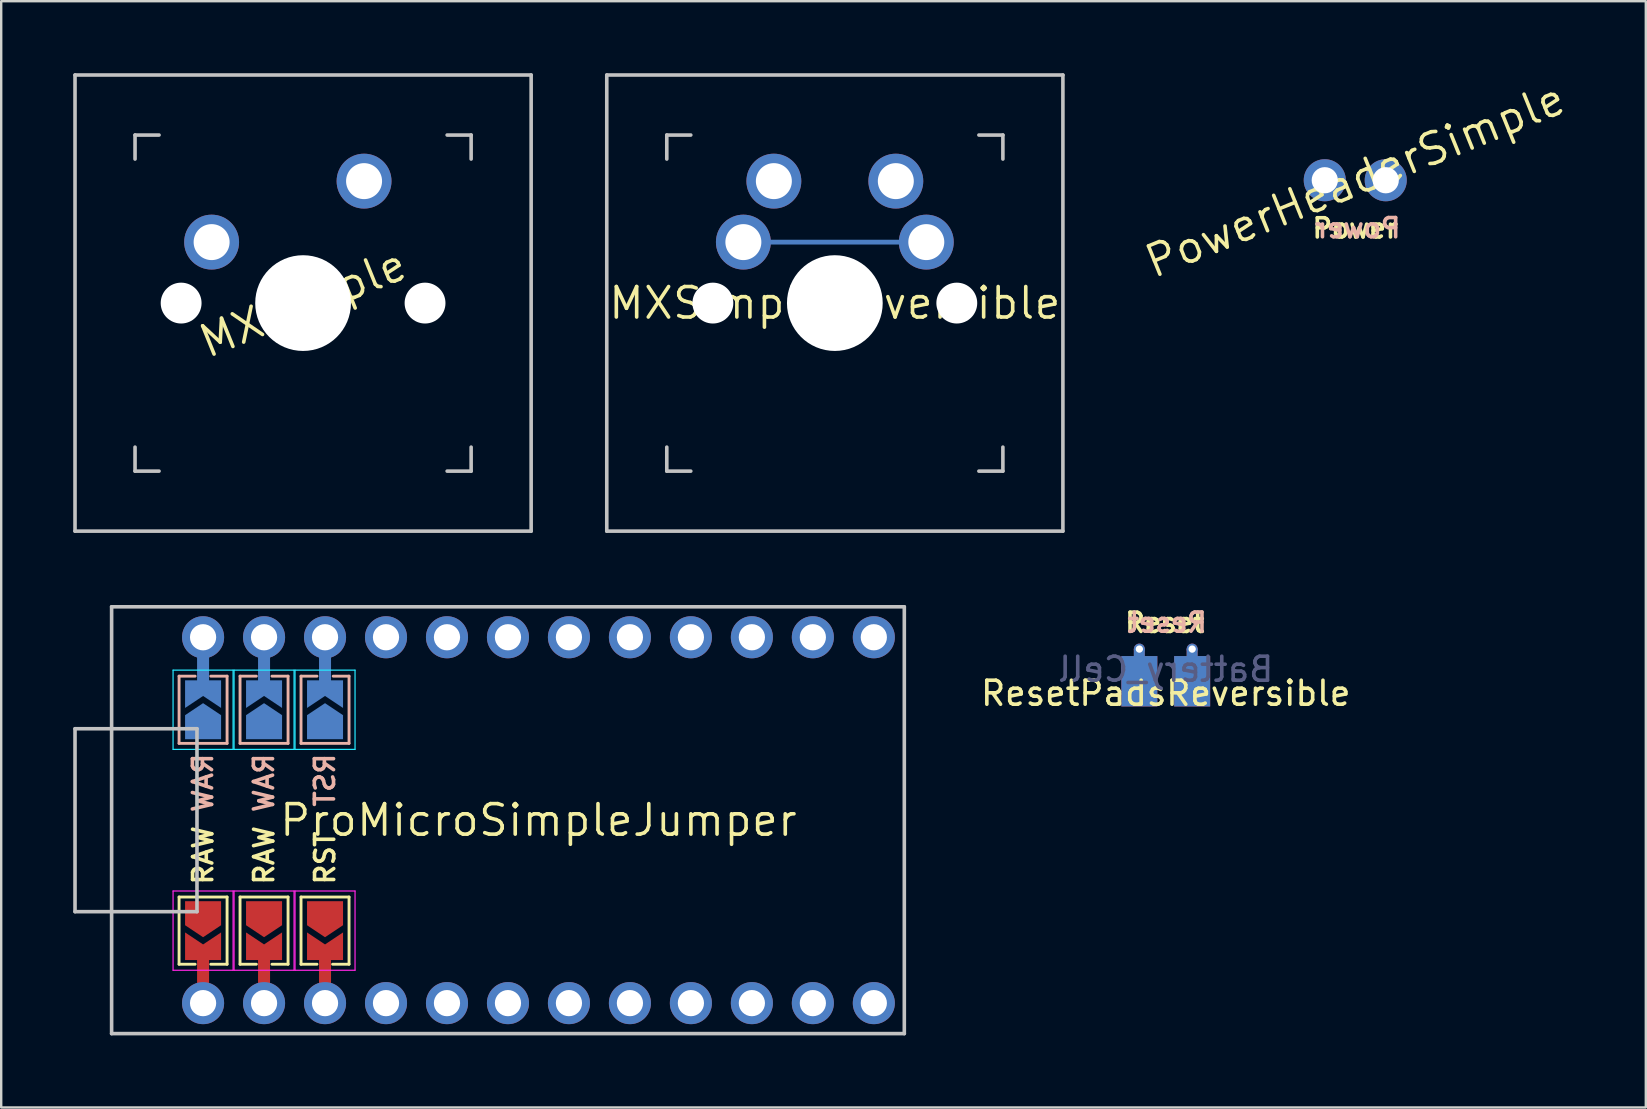
<source format=kicad_pcb>
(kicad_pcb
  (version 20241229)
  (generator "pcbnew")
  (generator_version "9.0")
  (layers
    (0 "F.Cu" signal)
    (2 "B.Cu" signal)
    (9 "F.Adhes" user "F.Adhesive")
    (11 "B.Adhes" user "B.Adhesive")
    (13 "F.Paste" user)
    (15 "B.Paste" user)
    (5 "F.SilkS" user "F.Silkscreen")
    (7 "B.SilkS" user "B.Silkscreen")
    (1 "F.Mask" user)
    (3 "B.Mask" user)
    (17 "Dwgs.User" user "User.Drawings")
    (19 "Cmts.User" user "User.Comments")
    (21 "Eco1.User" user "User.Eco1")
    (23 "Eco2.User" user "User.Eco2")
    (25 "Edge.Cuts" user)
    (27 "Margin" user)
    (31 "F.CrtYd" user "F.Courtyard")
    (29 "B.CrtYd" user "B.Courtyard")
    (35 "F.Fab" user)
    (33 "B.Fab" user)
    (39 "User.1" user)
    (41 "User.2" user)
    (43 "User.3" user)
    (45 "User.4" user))
  (footprint "MXSimple"
    (layer "F.Cu")
    (at 9.575 9.575)
    (property "Reference" "MXSimple" (at 0 0 22) (layer "F.SilkS") (effects (font (size 1.27 1.27) (thickness 0.15))))
    (attr through_hole)
    (fp_line (start -9.5 -9.5) (end 9.5 -9.5) (stroke (width 0.15) (type solid)) (layer "Dwgs.User"))
    (fp_line (start -9.5 9.5) (end -9.5 -9.5) (stroke (width 0.15) (type solid)) (layer "Dwgs.User"))
    (fp_line (start -7 -6) (end -7 -7) (stroke (width 0.15) (type solid)) (layer "Dwgs.User"))
    (fp_line (start -7 7) (end -7 6) (stroke (width 0.15) (type solid)) (layer "Dwgs.User"))
    (fp_line (start -7 7) (end -6 7) (stroke (width 0.15) (type solid)) (layer "Dwgs.User"))
    (fp_line (start -6 -7) (end -7 -7) (stroke (width 0.15) (type solid)) (layer "Dwgs.User"))
    (fp_line (start 6 7) (end 7 7) (stroke (width 0.15) (type solid)) (layer "Dwgs.User"))
    (fp_line (start 7 -7) (end 6 -7) (stroke (width 0.15) (type solid)) (layer "Dwgs.User"))
    (fp_line (start 7 -7) (end 7 -6) (stroke (width 0.15) (type solid)) (layer "Dwgs.User"))
    (fp_line (start 7 6) (end 7 7) (stroke (width 0.15) (type solid)) (layer "Dwgs.User"))
    (fp_line (start 9.5 -9.5) (end 9.5 9.5) (stroke (width 0.15) (type solid)) (layer "Dwgs.User"))
    (fp_line (start 9.5 9.5) (end -9.5 9.5) (stroke (width 0.15) (type solid)) (layer "Dwgs.User"))
    (pad "" np_thru_hole circle (at -5.08 0 22) (size 1.702 1.702) (drill 1.702) (layers "*.Cu" "*.Mask"))
    (pad "" np_thru_hole circle (at 0 0 22) (size 3.988 3.988) (drill 3.988) (layers "*.Cu" "*.Mask"))
    (pad "" np_thru_hole circle (at 5.08 0 22) (size 1.702 1.702) (drill 1.702) (layers "*.Cu" "*.Mask"))
    (pad "1" thru_hole circle (at 2.54 -5.08 22) (size 2.286 2.286) (drill 1.499) (layers "*.Cu" "*.Mask"))
    (pad "2" thru_hole circle (at -3.81 -2.54 22) (size 2.286 2.286) (drill 1.499) (layers "*.Cu" "*.Mask")))
  (footprint "MXSimpleReversible"
    (layer "F.Cu")
    (at 31.725 9.575)
    (property "Reference" "MXSimpleReversible" (at 0 0 180) (layer "F.SilkS") (effects (font (size 1.27 1.27) (thickness 0.15))))
    (attr through_hole)
    (fp_line (start -9.5 -9.5) (end 9.5 -9.5) (stroke (width 0.15) (type solid)) (layer "Dwgs.User"))
    (fp_line (start -9.5 9.5) (end -9.5 -9.5) (stroke (width 0.15) (type solid)) (layer "Dwgs.User"))
    (fp_line (start -7 -6) (end -7 -7) (stroke (width 0.15) (type solid)) (layer "Dwgs.User"))
    (fp_line (start -7 7) (end -7 6) (stroke (width 0.15) (type solid)) (layer "Dwgs.User"))
    (fp_line (start -7 7) (end -6 7) (stroke (width 0.15) (type solid)) (layer "Dwgs.User"))
    (fp_line (start -6 -7) (end -7 -7) (stroke (width 0.15) (type solid)) (layer "Dwgs.User"))
    (fp_line (start 6 7) (end 7 7) (stroke (width 0.15) (type solid)) (layer "Dwgs.User"))
    (fp_line (start 7 -7) (end 6 -7) (stroke (width 0.15) (type solid)) (layer "Dwgs.User"))
    (fp_line (start 7 -7) (end 7 -6) (stroke (width 0.15) (type solid)) (layer "Dwgs.User"))
    (fp_line (start 7 6) (end 7 7) (stroke (width 0.15) (type solid)) (layer "Dwgs.User"))
    (fp_line (start 9.5 -9.5) (end 9.5 9.5) (stroke (width 0.15) (type solid)) (layer "Dwgs.User"))
    (fp_line (start 9.5 9.5) (end -9.5 9.5) (stroke (width 0.15) (type solid)) (layer "Dwgs.User"))
    (pad "" np_thru_hole circle (at -5.08 0 180) (size 1.702 1.702) (drill 1.702) (layers "*.Cu" "*.Mask"))
    (pad "" np_thru_hole circle (at 0 0 180) (size 3.988 3.988) (drill 3.988) (layers "*.Cu" "*.Mask"))
    (pad "" np_thru_hole circle (at 5.08 0 180) (size 1.702 1.702) (drill 1.702) (layers "*.Cu" "*.Mask"))
    (pad "1" thru_hole circle (at -2.54 -5.08 180) (size 2.286 2.286) (drill 1.499) (layers "*.Cu" "*.Mask"))
    (pad "1" thru_hole circle (at 2.54 -5.08 180) (size 2.286 2.286) (drill 1.499) (layers "*.Cu" "*.Mask"))
    (pad "2" smd custom (at -3.81 -2.54 180) (size 0.1 0.1) (layers "B.Cu") (options (anchor circle)) (primitives (gr_line (start 0 0) (end -7.62 0) (width 0.2))))
    (pad "2" thru_hole circle (at -3.81 -2.54 180) (size 2.286 2.286) (drill 1.499) (layers "*.Cu" "*.Mask"))
    (pad "2" thru_hole circle (at 3.81 -2.54 180) (size 2.286 2.286) (drill 1.499) (layers "*.Cu" "*.Mask")))
  (footprint "PowerHeaderSimple"
    (layer "F.Cu")
    (at 53.403 4.458)
    (property "Reference" "PowerHeaderSimple" (at 0 0 202) (layer "F.SilkS") (effects (font (size 1.27 1.27) (thickness 0.15))))
    (attr through_hole)
    (fp_text user "Power" (at 0 2 180) (layer "F.SilkS") (effects (font (size 0.8 0.8) (thickness 0.15))))
    (fp_text user "Power" (at 0.101 1.992 180) (layer "B.SilkS") (effects (font (size 0.8 0.8) (thickness 0.15)) (justify mirror)))
    (pad "1" thru_hole circle (at -1.27 0) (size 1.753 1.753) (drill 1.092) (layers "*.Cu" "*.Mask"))
    (pad "2" thru_hole circle (at 1.27 0) (size 1.753 1.753) (drill 1.092) (layers "*.Cu" "*.Mask")))
  (footprint "ResetPadsReversible"
    (layer "F.Cu")
    (at 45.509 25.329)
    (property "Reference" "ResetPadsReversible" (at 0 0.5 0) (layer "F.SilkS") (effects (font (size 1 1) (thickness 0.15))))
    (fp_poly (pts (xy -0.401 -1) (xy -0.401 1) (xy -1.801 1) (xy -1.801 -1)) (stroke (width 0.1) (type solid)) (fill yes) (layer "F.Mask"))
    (fp_poly (pts (xy 1.8 -1) (xy 1.8 1) (xy 0.4 1) (xy 0.4 -1)) (stroke (width 0.1) (type solid)) (fill yes) (layer "F.Mask"))
    (fp_poly (pts (xy -1.8 -1) (xy -1.8 1) (xy -0.4 1) (xy -0.4 -1)) (stroke (width 0.1) (type solid)) (fill yes) (layer "B.Mask"))
    (fp_poly (pts (xy 0.4 -1) (xy 0.4 1) (xy 1.8 1) (xy 1.8 -1)) (stroke (width 0.1) (type solid)) (fill yes) (layer "B.Mask"))
    (fp_text user "Reset" (at -0.04 -2.44 180) (layer "F.SilkS") (effects (font (size 0.8 0.8) (thickness 0.15))))
    (fp_text user "Reset" (at 0.061 -2.448 180) (layer "B.SilkS") (effects (font (size 0.8 0.8) (thickness 0.15)) (justify mirror)))
    (fp_text user "Battery_Cell" (at 0 -0.5 0) (layer "B.Fab") (effects (font (size 1 1) (thickness 0.15)) (justify mirror)))
    (pad "1" thru_hole circle (at -1.1 -1.342) (size 0.457 0.457) (drill 0.305) (layers "*.Cu"))
    (pad "1" smd custom (at -1.1 0 180) (size 1.5 2.1) (layers "F.Cu") (options (anchor rect)) (primitives (gr_poly (pts (xy 0.179 1.335) (xy -0.177 1.335) (xy -0.177 0.762) (xy 0.179 0.762)) (width 0.1) (fill yes))))
    (pad "1" smd custom (at -1.1 0) (size 1.5 2.1) (layers "B.Cu") (options (anchor rect)) (primitives (gr_poly (pts (xy 0.177 -0.762) (xy -0.179 -0.762) (xy -0.179 -1.335) (xy 0.177 -1.335)) (width 0.1) (fill yes))))
    (pad "2" thru_hole circle (at 1.1 -1.342) (size 0.457 0.457) (drill 0.305) (layers "*.Cu"))
    (pad "2" smd custom (at 1.1 0 180) (size 1.5 2.1) (layers "F.Cu") (options (anchor rect)) (primitives (gr_poly (pts (xy 0.179 1.335) (xy -0.177 1.335) (xy -0.177 0.762) (xy 0.179 0.762)) (width 0.1) (fill yes))))
    (pad "2" smd custom (at 1.1 0) (size 1.5 2.1) (layers "B.Cu") (options (anchor rect)) (primitives (gr_poly (pts (xy 0.177 -0.762) (xy -0.179 -0.762) (xy -0.179 -1.335) (xy 0.177 -1.335)) (width 0.1) (fill yes)))))
  (footprint "ProMicroSimpleJumper"
    (layer "F.Cu")
    (at 19.379 31.115)
    (property "Reference" "ProMicroSimpleJumper" (at 0 0 0) (layer "F.SilkS") (effects (font (size 1.27 1.27) (thickness 0.15))))
    (attr through_hole)
    (fp_line (start -14.97 3.2) (end -12.97 3.2) (stroke (width 0.12) (type solid)) (layer "F.SilkS"))
    (fp_line (start -14.97 6) (end -14.97 3.2) (stroke (width 0.12) (type solid)) (layer "F.SilkS"))
    (fp_line (start -14.3 6) (end -14.97 6) (stroke (width 0.12) (type solid)) (layer "F.SilkS"))
    (fp_line (start -12.97 3.2) (end -12.97 6) (stroke (width 0.12) (type solid)) (layer "F.SilkS"))
    (fp_line (start -12.97 6) (end -13.65 6) (stroke (width 0.12) (type solid)) (layer "F.SilkS"))
    (fp_line (start -12.43 3.2) (end -10.43 3.2) (stroke (width 0.12) (type solid)) (layer "F.SilkS"))
    (fp_line (start -12.43 6) (end -12.43 3.2) (stroke (width 0.12) (type solid)) (layer "F.SilkS"))
    (fp_line (start -11.75 6) (end -12.43 6) (stroke (width 0.12) (type solid)) (layer "F.SilkS"))
    (fp_line (start -10.43 3.2) (end -10.43 6) (stroke (width 0.12) (type solid)) (layer "F.SilkS"))
    (fp_line (start -10.43 6) (end -11.1 6) (stroke (width 0.12) (type solid)) (layer "F.SilkS"))
    (fp_line (start -9.89 3.2) (end -7.89 3.2) (stroke (width 0.12) (type solid)) (layer "F.SilkS"))
    (fp_line (start -9.89 6) (end -9.89 3.2) (stroke (width 0.12) (type solid)) (layer "F.SilkS"))
    (fp_line (start -9.225 6) (end -9.89 6) (stroke (width 0.12) (type solid)) (layer "F.SilkS"))
    (fp_line (start -7.89 3.2) (end -7.89 6) (stroke (width 0.12) (type solid)) (layer "F.SilkS"))
    (fp_line (start -7.89 6) (end -8.575 6) (stroke (width 0.12) (type solid)) (layer "F.SilkS"))
    (fp_line (start -14.97 -6) (end -14.97 -3.2) (stroke (width 0.12) (type solid)) (layer "B.SilkS"))
    (fp_line (start -14.97 -3.2) (end -12.97 -3.2) (stroke (width 0.12) (type solid)) (layer "B.SilkS"))
    (fp_line (start -14.3 -6) (end -14.97 -6) (stroke (width 0.12) (type solid)) (layer "B.SilkS"))
    (fp_line (start -12.97 -6) (end -13.65 -6) (stroke (width 0.12) (type solid)) (layer "B.SilkS"))
    (fp_line (start -12.97 -3.2) (end -12.97 -6) (stroke (width 0.12) (type solid)) (layer "B.SilkS"))
    (fp_line (start -12.43 -6) (end -12.43 -3.2) (stroke (width 0.12) (type solid)) (layer "B.SilkS"))
    (fp_line (start -12.43 -3.2) (end -10.43 -3.2) (stroke (width 0.12) (type solid)) (layer "B.SilkS"))
    (fp_line (start -11.75 -6) (end -12.43 -6) (stroke (width 0.12) (type solid)) (layer "B.SilkS"))
    (fp_line (start -10.43 -6) (end -11.1 -6) (stroke (width 0.12) (type solid)) (layer "B.SilkS"))
    (fp_line (start -10.43 -3.2) (end -10.43 -6) (stroke (width 0.12) (type solid)) (layer "B.SilkS"))
    (fp_line (start -9.89 -6) (end -9.89 -3.2) (stroke (width 0.12) (type solid)) (layer "B.SilkS"))
    (fp_line (start -9.89 -3.2) (end -7.89 -3.2) (stroke (width 0.12) (type solid)) (layer "B.SilkS"))
    (fp_line (start -9.225 -6) (end -9.89 -6) (stroke (width 0.12) (type solid)) (layer "B.SilkS"))
    (fp_line (start -7.89 -6) (end -8.55 -6) (stroke (width 0.12) (type solid)) (layer "B.SilkS"))
    (fp_line (start -7.89 -3.2) (end -7.89 -6) (stroke (width 0.12) (type solid)) (layer "B.SilkS"))
    (fp_line (start -19.304 -3.81) (end -14.224 -3.81) (stroke (width 0.15) (type solid)) (layer "Dwgs.User"))
    (fp_line (start -19.304 3.81) (end -19.304 -3.81) (stroke (width 0.15) (type solid)) (layer "Dwgs.User"))
    (fp_line (start -17.78 -8.89) (end -17.78 8.89) (stroke (width 0.15) (type solid)) (layer "Dwgs.User"))
    (fp_line (start -17.78 8.89) (end 15.24 8.89) (stroke (width 0.15) (type solid)) (layer "Dwgs.User"))
    (fp_line (start -14.224 -3.81) (end -14.224 3.81) (stroke (width 0.15) (type solid)) (layer "Dwgs.User"))
    (fp_line (start -14.224 3.81) (end -19.304 3.81) (stroke (width 0.15) (type solid)) (layer "Dwgs.User"))
    (fp_line (start 15.24 -8.89) (end -17.78 -8.89) (stroke (width 0.15) (type solid)) (layer "Dwgs.User"))
    (fp_line (start 15.24 8.89) (end 15.24 -8.89) (stroke (width 0.15) (type solid)) (layer "Dwgs.User"))
    (fp_line (start -15.22 -6.25) (end -15.22 -2.95) (stroke (width 0.05) (type solid)) (layer "B.CrtYd"))
    (fp_line (start -15.22 -6.25) (end -12.72 -6.25) (stroke (width 0.05) (type solid)) (layer "B.CrtYd"))
    (fp_line (start -12.72 -2.95) (end -15.22 -2.95) (stroke (width 0.05) (type solid)) (layer "B.CrtYd"))
    (fp_line (start -12.72 -2.95) (end -12.72 -6.25) (stroke (width 0.05) (type solid)) (layer "B.CrtYd"))
    (fp_line (start -12.68 -6.25) (end -12.68 -2.95) (stroke (width 0.05) (type solid)) (layer "B.CrtYd"))
    (fp_line (start -12.68 -6.25) (end -10.18 -6.25) (stroke (width 0.05) (type solid)) (layer "B.CrtYd"))
    (fp_line (start -10.18 -2.95) (end -12.68 -2.95) (stroke (width 0.05) (type solid)) (layer "B.CrtYd"))
    (fp_line (start -10.18 -2.95) (end -10.18 -6.25) (stroke (width 0.05) (type solid)) (layer "B.CrtYd"))
    (fp_line (start -10.14 -6.25) (end -10.14 -2.95) (stroke (width 0.05) (type solid)) (layer "B.CrtYd"))
    (fp_line (start -10.14 -6.25) (end -7.64 -6.25) (stroke (width 0.05) (type solid)) (layer "B.CrtYd"))
    (fp_line (start -7.64 -2.95) (end -10.14 -2.95) (stroke (width 0.05) (type solid)) (layer "B.CrtYd"))
    (fp_line (start -7.64 -2.95) (end -7.64 -6.25) (stroke (width 0.05) (type solid)) (layer "B.CrtYd"))
    (fp_line (start -15.22 6.25) (end -15.22 2.95) (stroke (width 0.05) (type solid)) (layer "F.CrtYd"))
    (fp_line (start -15.22 6.25) (end -12.72 6.25) (stroke (width 0.05) (type solid)) (layer "F.CrtYd"))
    (fp_line (start -12.72 2.95) (end -15.22 2.95) (stroke (width 0.05) (type solid)) (layer "F.CrtYd"))
    (fp_line (start -12.72 2.95) (end -12.72 6.25) (stroke (width 0.05) (type solid)) (layer "F.CrtYd"))
    (fp_line (start -12.68 6.25) (end -12.68 2.95) (stroke (width 0.05) (type solid)) (layer "F.CrtYd"))
    (fp_line (start -12.68 6.25) (end -10.18 6.25) (stroke (width 0.05) (type solid)) (layer "F.CrtYd"))
    (fp_line (start -10.18 2.95) (end -12.68 2.95) (stroke (width 0.05) (type solid)) (layer "F.CrtYd"))
    (fp_line (start -10.18 2.95) (end -10.18 6.25) (stroke (width 0.05) (type solid)) (layer "F.CrtYd"))
    (fp_line (start -10.14 6.25) (end -10.14 2.95) (stroke (width 0.05) (type solid)) (layer "F.CrtYd"))
    (fp_line (start -10.14 6.25) (end -7.64 6.25) (stroke (width 0.05) (type solid)) (layer "F.CrtYd"))
    (fp_line (start -7.64 2.95) (end -10.14 2.95) (stroke (width 0.05) (type solid)) (layer "F.CrtYd"))
    (fp_line (start -7.64 2.95) (end -7.64 6.25) (stroke (width 0.05) (type solid)) (layer "F.CrtYd"))
    (fp_text user "RAW" (at -11.43 1.461 90) (unlocked yes) (layer "F.SilkS") (effects (font (size 0.8 0.8) (thickness 0.15))))
    (fp_text user "RST" (at -8.89 1.575 90) (unlocked yes) (layer "F.SilkS") (effects (font (size 0.8 0.8) (thickness 0.15))))
    (fp_text user "RAW" (at -13.97 1.461 90) (unlocked yes) (layer "F.SilkS") (effects (font (size 0.8 0.8) (thickness 0.15))))
    (fp_text user "RAW" (at -11.438 -1.553 90) (unlocked yes) (layer "B.SilkS") (effects (font (size 0.8 0.8) (thickness 0.15)) (justify mirror)))
    (fp_text user "RAW" (at -13.978 -1.553 90) (unlocked yes) (layer "B.SilkS") (effects (font (size 0.8 0.8) (thickness 0.15)) (justify mirror)))
    (fp_text user "RST" (at -8.898 -1.668 90) (unlocked yes) (layer "B.SilkS") (effects (font (size 0.8 0.8) (thickness 0.15)) (justify mirror)))
    (pad "" thru_hole circle (at -13.97 -7.62) (size 1.753 1.753) (drill 1.092) (layers "*.Cu" "*.Mask"))
    (pad "" smd rect (at -13.97 -6.275) (size 0.5 1.524) (layers "B.Cu" "B.Mask"))
    (pad "" smd custom (at -13.97 -5.325 270) (size 0.3 0.3) (layers "B.Cu" "B.Mask") (options (anchor rect)) (primitives (gr_poly (pts (xy 0.15 0) (xy 0.65 0.75) (xy -0.5 0.75) (xy -0.5 -0.75) (xy 0.65 -0.75)) (width 0) (fill yes))))
    (pad "" smd custom (at -13.97 5.325 270) (size 0.3 0.3) (layers "F.Cu" "F.Mask") (options (anchor rect)) (primitives (gr_poly (pts (xy 0.5 0.75) (xy -0.65 0.75) (xy -0.15 0) (xy -0.65 -0.75) (xy 0.5 -0.75)) (width 0) (fill yes))))
    (pad "" smd rect (at -13.97 6.25) (size 0.5 1.524) (layers "F.Cu" "F.Mask"))
    (pad "" thru_hole circle (at -13.97 7.62) (size 1.753 1.753) (drill 1.092) (layers "*.Cu" "*.Mask"))
    (pad "" thru_hole circle (at -11.43 -7.62 90) (size 1.753 1.753) (drill 1.092) (layers "*.Cu" "*.Mask"))
    (pad "" smd rect (at -11.43 -6.275) (size 0.5 1.524) (layers "B.Cu" "B.Mask"))
    (pad "" smd custom (at -11.43 -5.325 270) (size 0.3 0.3) (layers "B.Cu" "B.Mask") (options (anchor rect)) (primitives (gr_poly (pts (xy 0.15 0) (xy 0.65 0.75) (xy -0.5 0.75) (xy -0.5 -0.75) (xy 0.65 -0.75)) (width 0) (fill yes))))
    (pad "" smd custom (at -11.43 5.325 270) (size 0.3 0.3) (layers "F.Cu" "F.Mask") (options (anchor rect)) (primitives (gr_poly (pts (xy 0.5 0.75) (xy -0.65 0.75) (xy -0.15 0) (xy -0.65 -0.75) (xy 0.5 -0.75)) (width 0) (fill yes))))
    (pad "" smd rect (at -11.43 6.25) (size 0.5 1.524) (layers "F.Cu" "F.Mask"))
    (pad "" thru_hole circle (at -11.43 7.62) (size 1.753 1.753) (drill 1.092) (layers "*.Cu" "*.Mask"))
    (pad "" thru_hole circle (at -8.89 -7.62) (size 1.753 1.753) (drill 1.092) (layers "*.Cu" "*.Mask"))
    (pad "" smd rect (at -8.89 -6.275) (size 0.5 1.524) (layers "B.Cu" "B.Mask"))
    (pad "" smd custom (at -8.89 -5.325 270) (size 0.3 0.3) (layers "B.Cu" "B.Mask") (options (anchor rect)) (primitives (gr_poly (pts (xy 0.15 0) (xy 0.65 0.75) (xy -0.5 0.75) (xy -0.5 -0.75) (xy 0.65 -0.75)) (width 0) (fill yes))))
    (pad "" smd custom (at -8.89 5.325 270) (size 0.3 0.3) (layers "F.Cu" "F.Mask") (options (anchor rect)) (primitives (gr_poly (pts (xy 0.5 0.75) (xy -0.65 0.75) (xy -0.15 0) (xy -0.65 -0.75) (xy 0.5 -0.75)) (width 0) (fill yes))))
    (pad "" smd rect (at -8.89 6.25) (size 0.5 1.524) (layers "F.Cu" "F.Mask"))
    (pad "" thru_hole circle (at -8.89 7.62) (size 1.753 1.753) (drill 1.092) (layers "*.Cu" "*.Mask"))
    (pad "" thru_hole circle (at -6.35 -7.62) (size 1.753 1.753) (drill 1.092) (layers "*.Cu" "*.Mask"))
    (pad "" thru_hole circle (at -6.35 7.62) (size 1.753 1.753) (drill 1.092) (layers "*.Cu" "*.Mask"))
    (pad "1" smd custom (at -13.97 -3.875 270) (size 0.3 0.3) (layers "B.Cu" "B.Mask") (options (anchor rect)) (primitives (gr_poly (pts (xy 0.5 0.75) (xy -0.5 0.75) (xy -1 0) (xy -0.5 -0.75) (xy 0.5 -0.75)) (width 0) (fill yes))))
    (pad "1" smd custom (at -13.97 3.875 270) (size 0.3 0.3) (layers "F.Cu" "F.Mask") (options (anchor rect)) (primitives (gr_poly (pts (xy 1 0) (xy 0.5 0.75) (xy -0.5 0.75) (xy -0.5 -0.75) (xy 0.5 -0.75)) (width 0) (fill yes))))
    (pad "2" smd custom (at -11.43 -3.875 270) (size 0.3 0.3) (layers "B.Cu" "B.Mask") (options (anchor rect)) (primitives (gr_poly (pts (xy 0.5 0.75) (xy -0.5 0.75) (xy -1 0) (xy -0.5 -0.75) (xy 0.5 -0.75)) (width 0) (fill yes))))
    (pad "2" smd custom (at -11.43 3.875 270) (size 0.3 0.3) (layers "F.Cu" "F.Mask") (options (anchor rect)) (primitives (gr_poly (pts (xy 1 0) (xy 0.5 0.75) (xy -0.5 0.75) (xy -0.5 -0.75) (xy 0.5 -0.75)) (width 0) (fill yes))))
    (pad "3" smd custom (at -8.89 -3.875 270) (size 0.3 0.3) (layers "B.Cu" "B.Mask") (options (anchor rect)) (primitives (gr_poly (pts (xy 0.5 0.75) (xy -0.5 0.75) (xy -1 0) (xy -0.5 -0.75) (xy 0.5 -0.75)) (width 0) (fill yes))))
    (pad "3" smd custom (at -8.89 3.875 270) (size 0.3 0.3) (layers "F.Cu" "F.Mask") (options (anchor rect)) (primitives (gr_poly (pts (xy 1 0) (xy 0.5 0.75) (xy -0.5 0.75) (xy -0.5 -0.75) (xy 0.5 -0.75)) (width 0) (fill yes))))
    (pad "5" thru_hole circle (at -3.81 -7.62) (size 1.753 1.753) (drill 1.092) (layers "*.Cu" "*.Mask"))
    (pad "6" thru_hole circle (at -1.27 -7.62) (size 1.753 1.753) (drill 1.092) (layers "*.Cu" "*.Mask"))
    (pad "7" thru_hole circle (at 1.27 -7.62) (size 1.753 1.753) (drill 1.092) (layers "*.Cu" "*.Mask"))
    (pad "8" thru_hole circle (at 3.81 -7.62) (size 1.753 1.753) (drill 1.092) (layers "*.Cu" "*.Mask"))
    (pad "9" thru_hole circle (at 6.35 -7.62) (size 1.753 1.753) (drill 1.092) (layers "*.Cu" "*.Mask"))
    (pad "10" thru_hole circle (at 8.89 -7.62) (size 1.753 1.753) (drill 1.092) (layers "*.Cu" "*.Mask"))
    (pad "11" thru_hole circle (at 11.43 -7.62) (size 1.753 1.753) (drill 1.092) (layers "*.Cu" "*.Mask"))
    (pad "12" thru_hole circle (at 13.97 -7.62) (size 1.753 1.753) (drill 1.092) (layers "*.Cu" "*.Mask"))
    (pad "17" thru_hole circle (at -3.81 7.62) (size 1.753 1.753) (drill 1.092) (layers "*.Cu" "*.Mask"))
    (pad "18" thru_hole circle (at -1.27 7.62) (size 1.753 1.753) (drill 1.092) (layers "*.Cu" "*.Mask"))
    (pad "19" thru_hole circle (at 1.27 7.62) (size 1.753 1.753) (drill 1.092) (layers "*.Cu" "*.Mask"))
    (pad "20" thru_hole circle (at 3.81 7.62) (size 1.753 1.753) (drill 1.092) (layers "*.Cu" "*.Mask"))
    (pad "21" thru_hole circle (at 6.35 7.62) (size 1.753 1.753) (drill 1.092) (layers "*.Cu" "*.Mask"))
    (pad "22" thru_hole circle (at 8.89 7.62) (size 1.753 1.753) (drill 1.092) (layers "*.Cu" "*.Mask"))
    (pad "23" thru_hole circle (at 11.43 7.62) (size 1.753 1.753) (drill 1.092) (layers "*.Cu" "*.Mask"))
    (pad "24" thru_hole circle (at 13.97 7.62) (size 1.753 1.753) (drill 1.092) (layers "*.Cu" "*.Mask")))
  (gr_rect
    (start -3 -3)
    (end 65.506 43.08)
    (stroke (width 0.1) (type default))
    (fill no)
    (layer "Edge.Cuts")))
</source>
